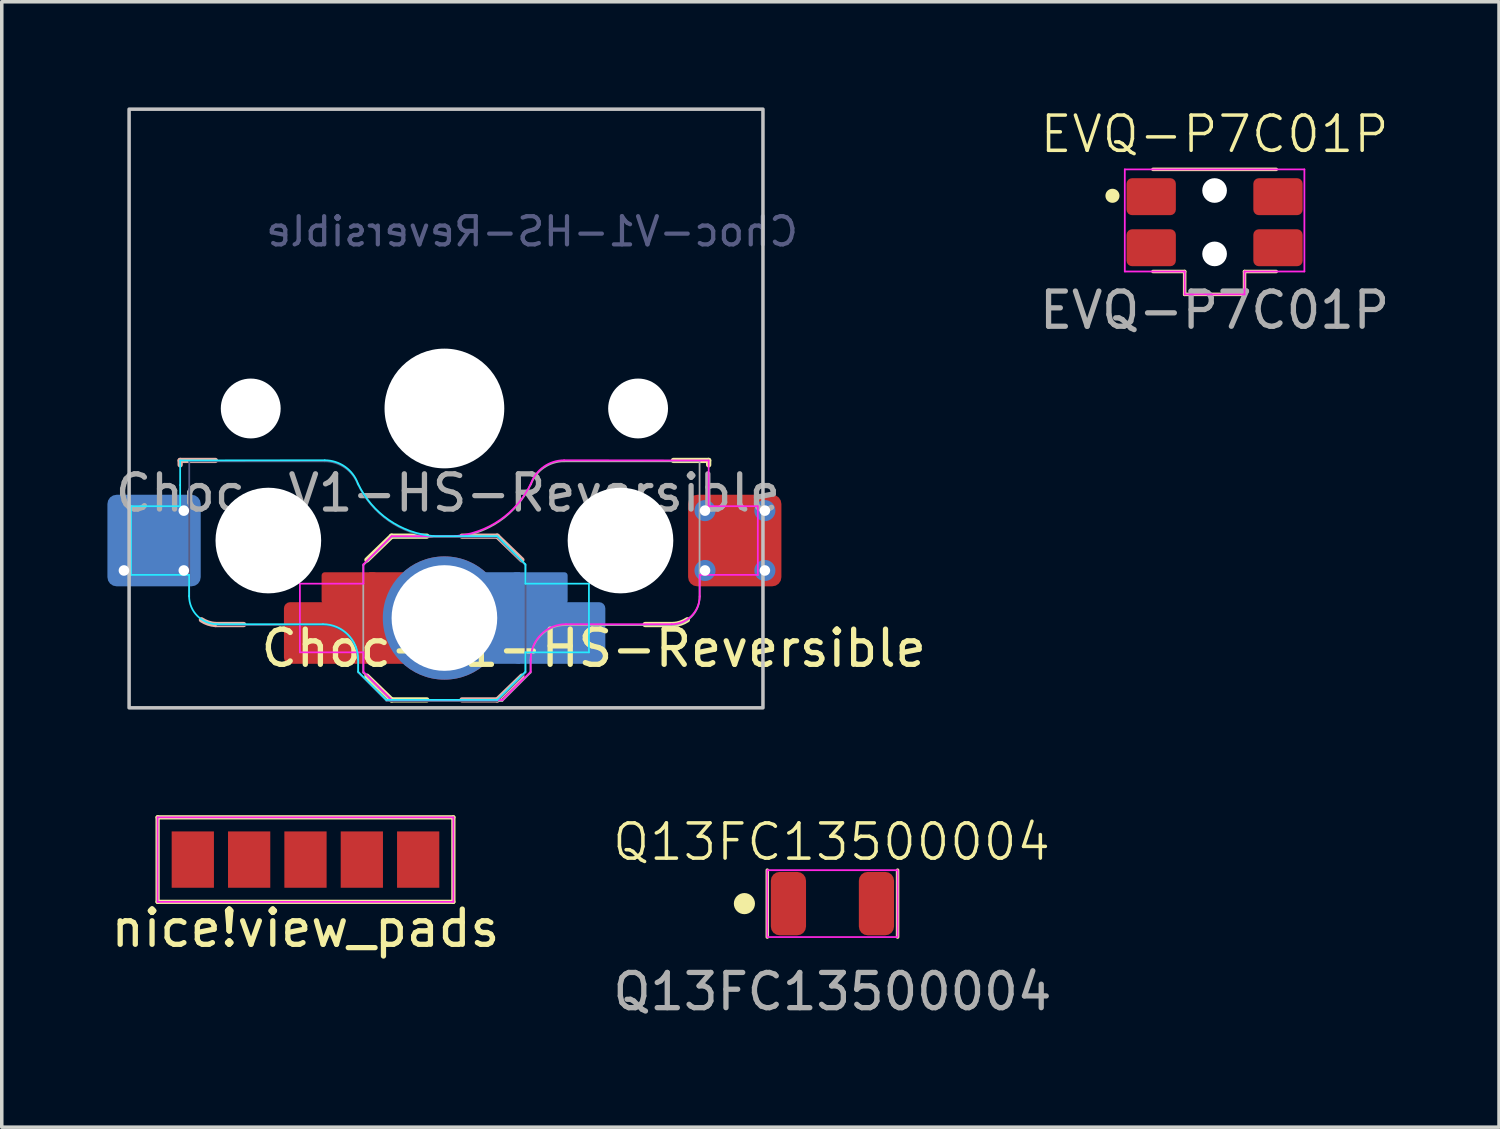
<source format=kicad_pcb>
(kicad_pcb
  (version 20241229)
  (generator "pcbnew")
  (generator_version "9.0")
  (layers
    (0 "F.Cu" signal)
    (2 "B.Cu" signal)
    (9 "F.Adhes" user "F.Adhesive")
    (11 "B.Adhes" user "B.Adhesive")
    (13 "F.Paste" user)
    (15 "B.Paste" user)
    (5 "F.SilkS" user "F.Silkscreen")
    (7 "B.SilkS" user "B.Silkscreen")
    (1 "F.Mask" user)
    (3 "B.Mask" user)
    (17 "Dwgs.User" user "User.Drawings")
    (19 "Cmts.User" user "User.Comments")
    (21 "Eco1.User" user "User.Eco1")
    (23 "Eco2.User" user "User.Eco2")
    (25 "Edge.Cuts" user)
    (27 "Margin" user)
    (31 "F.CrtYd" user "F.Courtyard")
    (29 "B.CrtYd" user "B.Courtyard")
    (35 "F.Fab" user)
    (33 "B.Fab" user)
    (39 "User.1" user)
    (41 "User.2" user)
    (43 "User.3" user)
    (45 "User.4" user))
  (footprint "Q13FC13500004"
    (layer "F.Cu")
    (at 20.589 22.61)
    (property "Reference" "Q13FC13500004" (at -0.025 -1.75 0) (unlocked yes) (layer "F.SilkS") (effects (font (size 1 1) (thickness 0.1))))
    (attr smd)
    (fp_line (start -1.85 -0.95) (end -1.85 0.95) (stroke (width 0.1) (type default)) (layer "F.SilkS"))
    (fp_line (start 1.85 -0.95) (end 1.85 0.95) (stroke (width 0.1) (type default)) (layer "F.SilkS"))
    (fp_circle (center -2.5 0) (end -2.25 0) (stroke (width 0.1) (type solid)) (fill yes) (layer "F.SilkS"))
    (fp_rect (start -1.85 -0.95) (end 1.85 0.95) (stroke (width 0.05) (type default)) (fill no) (layer "F.CrtYd"))
    (fp_text user "${REFERENCE}" (at 0 2.5 0) (unlocked yes) (layer "F.Fab") (effects (font (size 1 1) (thickness 0.15))))
    (pad "1" smd roundrect (at -1.25 0) (size 1 1.8) (layers "F.Cu" "F.Mask" "F.Paste") (roundrect_rratio 0.25))
    (pad "2" smd roundrect (at 1.25 0) (size 1 1.8) (layers "F.Cu" "F.Mask" "F.Paste") (roundrect_rratio 0.25))
    (zone (net_name "") (layers "F.Cu" "B.Cu") (name "Keep-Out") (hatch edge 0.5) (connect_pads) (min_thickness 0.25) (filled_areas_thickness no) (keepout (tracks not_allowed) (vias not_allowed) (pads not_allowed) (copperpour not_allowed) (footprints not_allowed)) (placement (enabled no)) (fill) (polygon (pts (xy 19.839 21.71) (xy 21.339 21.71) (xy 21.339 23.511) (xy 19.839 23.511)))))
  (footprint "EVQ-P7C01P"
    (layer "F.Cu")
    (at 31.441 3.26)
    (property "Reference" "EVQ-P7C01P" (at 0 -2.5 0) (unlocked yes) (layer "F.SilkS") (effects (font (size 1 1) (thickness 0.1))))
    (attr smd)
    (fp_line (start -1.75 -1.5) (end 1.75 -1.5) (stroke (width 0.1) (type default)) (layer "F.SilkS"))
    (fp_line (start -0.85 1.4) (end -1.75 1.4) (stroke (width 0.1) (type default)) (layer "F.SilkS"))
    (fp_line (start -0.85 2.05) (end -0.85 1.4) (stroke (width 0.1) (type default)) (layer "F.SilkS"))
    (fp_line (start -0.85 2.05) (end 0.85 2.05) (stroke (width 0.1) (type solid)) (layer "F.SilkS"))
    (fp_line (start 0.85 1.4) (end 0.85 2.05) (stroke (width 0.1) (type default)) (layer "F.SilkS"))
    (fp_line (start 0.85 1.4) (end 1.75 1.4) (stroke (width 0.1) (type default)) (layer "F.SilkS"))
    (fp_circle (center -2.9 -0.75) (end -2.75 -0.75) (stroke (width 0.1) (type solid)) (fill yes) (layer "F.SilkS"))
    (fp_line (start -2.55 -1.5) (end -2.55 1.4) (stroke (width 0.05) (type default)) (layer "F.CrtYd"))
    (fp_line (start -2.55 -1.5) (end 2.55 -1.5) (stroke (width 0.05) (type default)) (layer "F.CrtYd"))
    (fp_line (start -2.55 1.4) (end -0.85 1.4) (stroke (width 0.05) (type default)) (layer "F.CrtYd"))
    (fp_line (start -0.85 1.4) (end -0.85 2.05) (stroke (width 0.05) (type default)) (layer "F.CrtYd"))
    (fp_line (start -0.85 2.05) (end 0.85 2.05) (stroke (width 0.05) (type default)) (layer "F.CrtYd"))
    (fp_line (start 0.85 1.4) (end 2.55 1.4) (stroke (width 0.05) (type default)) (layer "F.CrtYd"))
    (fp_line (start 0.85 2.05) (end 0.85 1.4) (stroke (width 0.05) (type default)) (layer "F.CrtYd"))
    (fp_line (start 2.55 1.4) (end 2.55 -1.5) (stroke (width 0.05) (type default)) (layer "F.CrtYd"))
    (fp_text user "${REFERENCE}" (at 0 2.5 0) (unlocked yes) (layer "F.Fab") (effects (font (size 1 1) (thickness 0.15))))
    (pad "" np_thru_hole circle (at 0 -0.9) (size 0.7 0.7) (drill 0.7) (layers "*.Cu" "*.Mask"))
    (pad "" np_thru_hole circle (at 0 0.9) (size 0.7 0.7) (drill 0.7) (layers "*.Cu" "*.Mask"))
    (pad "1" smd roundrect (at -1.8 -0.725) (size 1.4 1.05) (layers "F.Cu" "F.Mask" "F.Paste") (roundrect_rratio 0.15))
    (pad "1" smd roundrect (at 1.8 -0.725) (size 1.4 1.05) (layers "F.Cu" "F.Mask" "F.Paste") (roundrect_rratio 0.15))
    (pad "2" smd roundrect (at -1.8 0.725) (size 1.4 1.05) (layers "F.Cu" "F.Mask" "F.Paste") (roundrect_rratio 0.15))
    (pad "2" smd roundrect (at 1.8 0.725) (size 1.4 1.05) (layers "F.Cu" "F.Mask" "F.Paste") (roundrect_rratio 0.15)))
  (footprint "nice!view_pads"
    (layer "F.Cu")
    (at 5.625 21.36)
    (property "Reference" "nice!view_pads" (at 0 1.95 0) (layer "F.SilkS") (effects (font (size 1 1) (thickness 0.15))))
    (attr smd)
    (fp_line (start -4.2 -1.2) (end 4.2 -1.2) (stroke (width 0.12) (type default)) (layer "F.SilkS"))
    (fp_line (start -4.2 1.2) (end -4.2 -1.2) (stroke (width 0.12) (type default)) (layer "F.SilkS"))
    (fp_line (start -4.2 1.2) (end 4.2 1.2) (stroke (width 0.12) (type default)) (layer "F.SilkS"))
    (fp_line (start 4.2 1.2) (end 4.2 -1.2) (stroke (width 0.12) (type default)) (layer "F.SilkS"))
    (fp_line (start -4.2 -1.2) (end -4.2 1.2) (stroke (width 0.05) (type default)) (layer "F.CrtYd"))
    (fp_line (start -4.2 -1.2) (end 4.2 -1.2) (stroke (width 0.05) (type default)) (layer "F.CrtYd"))
    (fp_line (start -4.2 1.2) (end 4.2 1.2) (stroke (width 0.05) (type default)) (layer "F.CrtYd"))
    (fp_line (start 4.2 -1.2) (end 4.2 1.2) (stroke (width 0.05) (type default)) (layer "F.CrtYd"))
    (pad "1" smd rect (at -3.2 0) (size 1.2 1.6) (layers "F.Cu" "F.Mask" "F.Paste"))
    (pad "2" smd rect (at -1.6 0) (size 1.2 1.6) (layers "F.Cu" "F.Mask" "F.Paste"))
    (pad "3" smd rect (at 0 0) (size 1.2 1.6) (layers "F.Cu" "F.Mask" "F.Paste"))
    (pad "4" smd rect (at 1.6 0) (size 1.2 1.6) (layers "F.Cu" "F.Mask" "F.Paste"))
    (pad "5" smd rect (at 3.2 0) (size 1.2 1.6) (layers "F.Cu" "F.Mask" "F.Paste")))
  (footprint "Choc-V1-HS-Reversible"
    (layer "F.Cu")
    (at 9.57 8.55)
    (property "Reference" "Choc-V1-HS-Reversible" (at 4.24 6.81 0) (unlocked yes) (layer "F.SilkS") (effects (font (size 1 1) (thickness 0.15))))
    (attr through_hole)
    (fp_line (start -2.2 7.6) (end -1.5 8.275) (stroke (width 0.15) (type solid)) (layer "F.SilkS"))
    (fp_line (start -1.5 3.625) (end -2.2 4.3) (stroke (width 0.15) (type solid)) (layer "F.SilkS"))
    (fp_line (start -1.5 3.625) (end -0.5 3.625) (stroke (width 0.15) (type solid)) (layer "F.SilkS"))
    (fp_line (start -1.5 8.275) (end -0.5 8.275) (stroke (width 0.15) (type solid)) (layer "F.SilkS"))
    (fp_line (start 6.502 6.135) (end 5.7 6.135) (stroke (width 0.15) (type default)) (layer "F.SilkS"))
    (fp_line (start 7.504 1.475) (end 6.504 1.475) (stroke (width 0.15) (type solid)) (layer "F.SilkS"))
    (fp_line (start 7.504 1.475) (end 7.504 1.6) (stroke (width 0.15) (type solid)) (layer "F.SilkS"))
    (fp_arc (start 6.899999 5.999999) (mid 6.709776 6.09353) (end 6.501818 6.134591) (stroke (width 0.15) (type solid)) (layer "F.SilkS"))
    (fp_line (start -7.504 1.475) (end -7.504 1.6) (stroke (width 0.15) (type solid)) (layer "B.SilkS"))
    (fp_line (start -7.504 1.475) (end -6.504 1.475) (stroke (width 0.15) (type solid)) (layer "B.SilkS"))
    (fp_line (start -6.502 6.135) (end -5.7 6.135) (stroke (width 0.15) (type default)) (layer "B.SilkS"))
    (fp_line (start 1.5 3.625) (end 0.5 3.625) (stroke (width 0.15) (type solid)) (layer "B.SilkS"))
    (fp_line (start 1.5 3.625) (end 2.2 4.3) (stroke (width 0.15) (type solid)) (layer "B.SilkS"))
    (fp_line (start 1.5 8.275) (end 0.5 8.275) (stroke (width 0.15) (type solid)) (layer "B.SilkS"))
    (fp_line (start 2.2 7.6) (end 1.5 8.275) (stroke (width 0.15) (type solid)) (layer "B.SilkS"))
    (fp_arc (start -6.501818 6.134591) (mid -6.709776 6.09353) (end -6.899999 5.999999) (stroke (width 0.15) (type solid)) (layer "B.SilkS"))
    (fp_poly (pts (xy -8.954 -8.5) (xy 9.046 -8.5) (xy 9.046 8.5) (xy -8.954 8.5)) (stroke (width 0.1) (type default)) (fill no) (layer "Dwgs.User"))
    (fp_line (start -6.95 -6.45) (end -6.95 6.45) (stroke (width 0.05) (type solid)) (layer "Eco2.User"))
    (fp_line (start -6.45 6.95) (end 6.45 6.95) (stroke (width 0.05) (type solid)) (layer "Eco2.User"))
    (fp_line (start 6.45 -6.95) (end -6.45 -6.95) (stroke (width 0.05) (type solid)) (layer "Eco2.User"))
    (fp_line (start 6.95 6.45) (end 6.95 -6.45) (stroke (width 0.05) (type solid)) (layer "Eco2.User"))
    (fp_arc (start -6.95 -6.45) (mid -6.803553 -6.803553) (end -6.45 -6.949998) (stroke (width 0.05) (type solid)) (layer "Eco2.User"))
    (fp_arc (start -6.45 6.95) (mid -6.803553 6.803553) (end -6.949998 6.45) (stroke (width 0.05) (type solid)) (layer "Eco2.User"))
    (fp_arc (start 6.45 -6.95) (mid 6.803553 -6.803553) (end 6.949998 -6.45) (stroke (width 0.05) (type solid)) (layer "Eco2.User"))
    (fp_arc (start 6.95 6.45) (mid 6.803553 6.803553) (end 6.45 6.949998) (stroke (width 0.05) (type solid)) (layer "Eco2.User"))
    (fp_line (start -8.9 2.775) (end -7.504 2.775) (stroke (width 0.05) (type solid)) (layer "B.CrtYd"))
    (fp_line (start -8.9 4.725) (end -8.9 2.775) (stroke (width 0.05) (type solid)) (layer "B.CrtYd"))
    (fp_line (start -7.504 1.475) (end -7.504 2.175) (stroke (width 0.05) (type solid)) (layer "B.CrtYd"))
    (fp_line (start -7.504 1.475) (end -3.4 1.47) (stroke (width 0.05) (type solid)) (layer "B.CrtYd"))
    (fp_line (start -7.504 2.175) (end -7.504 2.775) (stroke (width 0.05) (type solid)) (layer "B.CrtYd"))
    (fp_line (start -7.25 4.725) (end -8.9 4.725) (stroke (width 0.05) (type solid)) (layer "B.CrtYd"))
    (fp_line (start -7.25 5.325) (end -7.25 4.725) (stroke (width 0.05) (type solid)) (layer "B.CrtYd"))
    (fp_line (start -3.45 6.125) (end -6.45 6.125) (stroke (width 0.05) (type solid)) (layer "B.CrtYd"))
    (fp_line (start -2.45 7.475) (end -2.45 7.125) (stroke (width 0.05) (type solid)) (layer "B.CrtYd"))
    (fp_line (start -2.45 7.475) (end -1.65 8.275) (stroke (width 0.05) (type solid)) (layer "B.CrtYd"))
    (fp_line (start 1.5 3.625) (end -0.3 3.625) (stroke (width 0.05) (type solid)) (layer "B.CrtYd"))
    (fp_line (start 1.5 3.625) (end 2.3 4.425) (stroke (width 0.05) (type solid)) (layer "B.CrtYd"))
    (fp_line (start 1.5 8.275) (end -1.65 8.275) (stroke (width 0.05) (type solid)) (layer "B.CrtYd"))
    (fp_line (start 2.3 4.975) (end 2.3 4.425) (stroke (width 0.05) (type solid)) (layer "B.CrtYd"))
    (fp_line (start 2.3 7.475) (end 1.5 8.275) (stroke (width 0.05) (type solid)) (layer "B.CrtYd"))
    (fp_line (start 2.3 7.475) (end 2.3 6.925) (stroke (width 0.05) (type solid)) (layer "B.CrtYd"))
    (fp_line (start 4.104 4.975) (end 2.3 4.975) (stroke (width 0.05) (type solid)) (layer "B.CrtYd"))
    (fp_line (start 4.104 4.975) (end 4.104 6.925) (stroke (width 0.05) (type solid)) (layer "B.CrtYd"))
    (fp_line (start 4.104 6.925) (end 2.3 6.925) (stroke (width 0.05) (type solid)) (layer "B.CrtYd"))
    (fp_arc (start -6.45 6.125) (mid -7.015685 5.890685) (end -7.25 5.325) (stroke (width 0.05) (type solid)) (layer "B.CrtYd"))
    (fp_arc (start -3.45 6.125) (mid -2.742893 6.417893) (end -2.45 7.125) (stroke (width 0.05) (type solid)) (layer "B.CrtYd"))
    (fp_arc (start -3.4 1.470412) (mid -2.82313 1.652554) (end -2.455444 2.13293) (stroke (width 0.05) (type solid)) (layer "B.CrtYd"))
    (fp_arc (start -0.299999 3.624999) (mid -1.577269 3.167233) (end -2.455443 2.13293) (stroke (width 0.05) (type solid)) (layer "B.CrtYd"))
    (fp_line (start -4.104 4.975) (end -4.104 6.925) (stroke (width 0.05) (type solid)) (layer "F.CrtYd"))
    (fp_line (start -4.104 4.975) (end -2.3 4.975) (stroke (width 0.05) (type solid)) (layer "F.CrtYd"))
    (fp_line (start -4.104 6.925) (end -2.3 6.925) (stroke (width 0.05) (type solid)) (layer "F.CrtYd"))
    (fp_line (start -2.3 4.975) (end -2.3 4.425) (stroke (width 0.05) (type solid)) (layer "F.CrtYd"))
    (fp_line (start -2.3 7.475) (end -2.3 6.925) (stroke (width 0.05) (type solid)) (layer "F.CrtYd"))
    (fp_line (start -2.3 7.475) (end -1.5 8.275) (stroke (width 0.05) (type solid)) (layer "F.CrtYd"))
    (fp_line (start -1.5 3.625) (end -2.3 4.425) (stroke (width 0.05) (type solid)) (layer "F.CrtYd"))
    (fp_line (start -1.5 3.625) (end 0.3 3.625) (stroke (width 0.05) (type solid)) (layer "F.CrtYd"))
    (fp_line (start -1.5 8.275) (end 1.65 8.275) (stroke (width 0.05) (type solid)) (layer "F.CrtYd"))
    (fp_line (start 2.45 7.475) (end 1.65 8.275) (stroke (width 0.05) (type solid)) (layer "F.CrtYd"))
    (fp_line (start 2.45 7.475) (end 2.45 7.125) (stroke (width 0.05) (type solid)) (layer "F.CrtYd"))
    (fp_line (start 3.45 6.125) (end 6.45 6.125) (stroke (width 0.05) (type solid)) (layer "F.CrtYd"))
    (fp_line (start 7.25 4.725) (end 8.9 4.725) (stroke (width 0.05) (type solid)) (layer "F.CrtYd"))
    (fp_line (start 7.25 5.325) (end 7.25 4.725) (stroke (width 0.05) (type solid)) (layer "F.CrtYd"))
    (fp_line (start 7.504 1.475) (end 3.4 1.47) (stroke (width 0.05) (type solid)) (layer "F.CrtYd"))
    (fp_line (start 7.504 1.475) (end 7.504 2.175) (stroke (width 0.05) (type solid)) (layer "F.CrtYd"))
    (fp_line (start 7.504 2.175) (end 7.504 2.775) (stroke (width 0.05) (type solid)) (layer "F.CrtYd"))
    (fp_line (start 8.9 2.775) (end 7.504 2.775) (stroke (width 0.05) (type solid)) (layer "F.CrtYd"))
    (fp_line (start 8.9 4.725) (end 8.9 2.775) (stroke (width 0.05) (type solid)) (layer "F.CrtYd"))
    (fp_arc (start 2.45 7.125) (mid 2.742893 6.417893) (end 3.45 6.125) (stroke (width 0.05) (type solid)) (layer "F.CrtYd"))
    (fp_arc (start 2.455443 2.13293) (mid 1.57727 3.167233) (end 0.299999 3.624999) (stroke (width 0.05) (type solid)) (layer "F.CrtYd"))
    (fp_arc (start 2.455444 2.13293) (mid 2.82313 1.652553) (end 3.4 1.470412) (stroke (width 0.05) (type solid)) (layer "F.CrtYd"))
    (fp_arc (start 7.25 5.325) (mid 7.015685 5.890685) (end 6.45 6.125) (stroke (width 0.05) (type solid)) (layer "F.CrtYd"))
    (fp_line (start -7.246 1.5) (end -3.396 1.5) (stroke (width 0.05) (type solid)) (layer "B.Fab"))
    (fp_line (start -7.246 5.35) (end -7.246 1.5) (stroke (width 0.05) (type solid)) (layer "B.Fab"))
    (fp_line (start -3.446 6.15) (end -6.446 6.15) (stroke (width 0.05) (type solid)) (layer "B.Fab"))
    (fp_line (start -2.446 7.5) (end -2.446 7.15) (stroke (width 0.05) (type solid)) (layer "B.Fab"))
    (fp_line (start -2.446 7.5) (end -1.646 8.3) (stroke (width 0.05) (type solid)) (layer "B.Fab"))
    (fp_line (start 1.504 3.65) (end -0.296 3.65) (stroke (width 0.05) (type solid)) (layer "B.Fab"))
    (fp_line (start 1.504 3.65) (end 2.304 4.45) (stroke (width 0.05) (type solid)) (layer "B.Fab"))
    (fp_line (start 1.504 8.3) (end -1.646 8.3) (stroke (width 0.05) (type solid)) (layer "B.Fab"))
    (fp_line (start 1.504 8.3) (end -1.646 8.3) (stroke (width 0.05) (type solid)) (layer "B.Fab"))
    (fp_line (start 2.304 7.5) (end 1.504 8.3) (stroke (width 0.05) (type solid)) (layer "B.Fab"))
    (fp_line (start 2.304 7.5) (end 2.304 4.45) (stroke (width 0.05) (type solid)) (layer "B.Fab"))
    (fp_arc (start -3.446 6.15) (mid -2.738893 6.442893) (end -2.446 7.15) (stroke (width 0.05) (type solid)) (layer "B.Fab"))
    (fp_arc (start -3.395998 1.5) (mid -2.822423 1.680849) (end -2.456307 2.15798) (stroke (width 0.05) (type solid)) (layer "B.Fab"))
    (fp_arc (start -0.295999 3.649999) (mid -1.573271 3.192233) (end -2.451444 2.15793) (stroke (width 0.05) (type solid)) (layer "B.Fab"))
    (fp_line (start -2.304 7.5) (end -2.304 4.45) (stroke (width 0.05) (type solid)) (layer "F.Fab"))
    (fp_line (start -2.304 7.5) (end -1.504 8.3) (stroke (width 0.05) (type solid)) (layer "F.Fab"))
    (fp_line (start -1.504 3.65) (end -2.304 4.45) (stroke (width 0.05) (type solid)) (layer "F.Fab"))
    (fp_line (start -1.504 3.65) (end 0.296 3.65) (stroke (width 0.05) (type solid)) (layer "F.Fab"))
    (fp_line (start -1.504 8.3) (end 1.646 8.3) (stroke (width 0.05) (type solid)) (layer "F.Fab"))
    (fp_line (start -1.504 8.3) (end 1.646 8.3) (stroke (width 0.05) (type solid)) (layer "F.Fab"))
    (fp_line (start 2.446 7.5) (end 1.646 8.3) (stroke (width 0.05) (type solid)) (layer "F.Fab"))
    (fp_line (start 2.446 7.5) (end 2.446 7.15) (stroke (width 0.05) (type solid)) (layer "F.Fab"))
    (fp_line (start 3.446 6.15) (end 6.446 6.15) (stroke (width 0.05) (type solid)) (layer "F.Fab"))
    (fp_line (start 7.246 1.5) (end 3.396 1.5) (stroke (width 0.05) (type solid)) (layer "F.Fab"))
    (fp_line (start 7.246 5.35) (end 7.246 1.5) (stroke (width 0.05) (type solid)) (layer "F.Fab"))
    (fp_arc (start 2.446 7.15) (mid 2.738893 6.442893) (end 3.446 6.15) (stroke (width 0.05) (type solid)) (layer "F.Fab"))
    (fp_arc (start 2.451444 2.15793) (mid 1.573271 3.192233) (end 0.295999 3.649999) (stroke (width 0.05) (type solid)) (layer "F.Fab"))
    (fp_arc (start 2.456307 2.15798) (mid 2.822422 1.680848) (end 3.395998 1.5) (stroke (width 0.05) (type solid)) (layer "F.Fab"))
    (fp_arc (start 7.246 5.35) (mid 7.011685 5.915685) (end 6.446 6.15) (stroke (width 0.05) (type solid)) (layer "F.Fab"))
    (fp_text user "${REFERENCE}" (at 2.49 -5.025 0) (layer "B.Fab") (effects (font (size 0.8 0.8) (thickness 0.12)) (justify mirror)))
    (fp_text user "${REFERENCE}" (at 0.1 2.4 0) (unlocked yes) (layer "F.Fab") (effects (font (size 1 1) (thickness 0.15))))
    (pad "" np_thru_hole circle (at -5.5 0 180) (size 1.7 1.7) (drill 1.7) (layers "*.Cu" "*.Mask"))
    (pad "" np_thru_hole circle (at -5 3.75) (size 3 3) (drill 3) (layers "*.Cu" "*.Mask"))
    (pad "" np_thru_hole circle (at 0 0) (size 3.4 3.4) (drill 3.4) (layers "*.Cu" "*.Mask"))
    (pad "" np_thru_hole circle (at 5 3.75) (size 3 3) (drill 3) (layers "*.Cu" "*.Mask"))
    (pad "" np_thru_hole circle (at 5.5 0 180) (size 1.7 1.7) (drill 1.7) (layers "*.Cu" "*.Mask"))
    (pad "1" smd roundrect (at -3.232 6.375) (size 2.65 1.75) (layers "F.Cu" "F.Mask" "F.Paste") (roundrect_rratio 0.1))
    (pad "1" smd roundrect (at -2.7 5.1) (size 1.575 0.9) (layers "F.Cu" "F.Mask" "F.Paste") (roundrect_rratio 0.1))
    (pad "1" smd rect (at -1.538 5.95 180) (size 1.2 2.6) (layers "F.Cu"))
    (pad "1" thru_hole circle (at 0 5.95) (size 3.5 3.5) (drill 3) (layers "*.Cu" "B.Mask"))
    (pad "1" smd rect (at 1.55 5.95 180) (size 1.2 2.6) (layers "B.Cu"))
    (pad "1" smd roundrect (at 2.712 5.1) (size 1.575 0.9) (layers "B.Cu" "B.Mask" "B.Paste") (roundrect_rratio 0.1))
    (pad "1" smd roundrect (at 3.245 6.375) (size 2.65 1.75) (layers "B.Cu" "B.Mask" "B.Paste") (roundrect_rratio 0.1))
    (pad "2" thru_hole circle (at -9.1 4.6 180) (size 0.6 0.6) (drill 0.3) (layers "*.Cu" "B.Mask"))
    (pad "2" smd roundrect (at -8.245 3.75) (size 2.65 2.6) (layers "B.Cu" "B.Mask") (roundrect_rratio 0.1))
    (pad "2" thru_hole circle (at -7.4 2.9 180) (size 0.6 0.6) (drill 0.3) (layers "*.Cu" "B.Mask"))
    (pad "2" thru_hole circle (at -7.4 4.6 180) (size 0.6 0.6) (drill 0.3) (layers "*.Cu" "B.Mask"))
    (pad "2" thru_hole circle (at 7.4 2.9 180) (size 0.6 0.6) (drill 0.3) (layers "*.Cu" "F.Mask"))
    (pad "2" thru_hole circle (at 7.4 4.6 180) (size 0.6 0.6) (drill 0.3) (layers "*.Cu" "F.Mask"))
    (pad "2" smd roundrect (at 8.245 3.75) (size 2.65 2.6) (layers "F.Cu" "F.Mask") (roundrect_rratio 0.1))
    (pad "2" thru_hole circle (at 9.1 2.9 180) (size 0.6 0.6) (drill 0.3) (layers "*.Cu" "F.Mask"))
    (pad "2" thru_hole circle (at 9.1 4.6 180) (size 0.6 0.6) (drill 0.3) (layers "*.Cu" "F.Mask")))
  (gr_rect
    (start -3 -3)
    (end 39.518 28.959)
    (stroke (width 0.1) (type default))
    (fill no)
    (layer "Edge.Cuts")))
</source>
